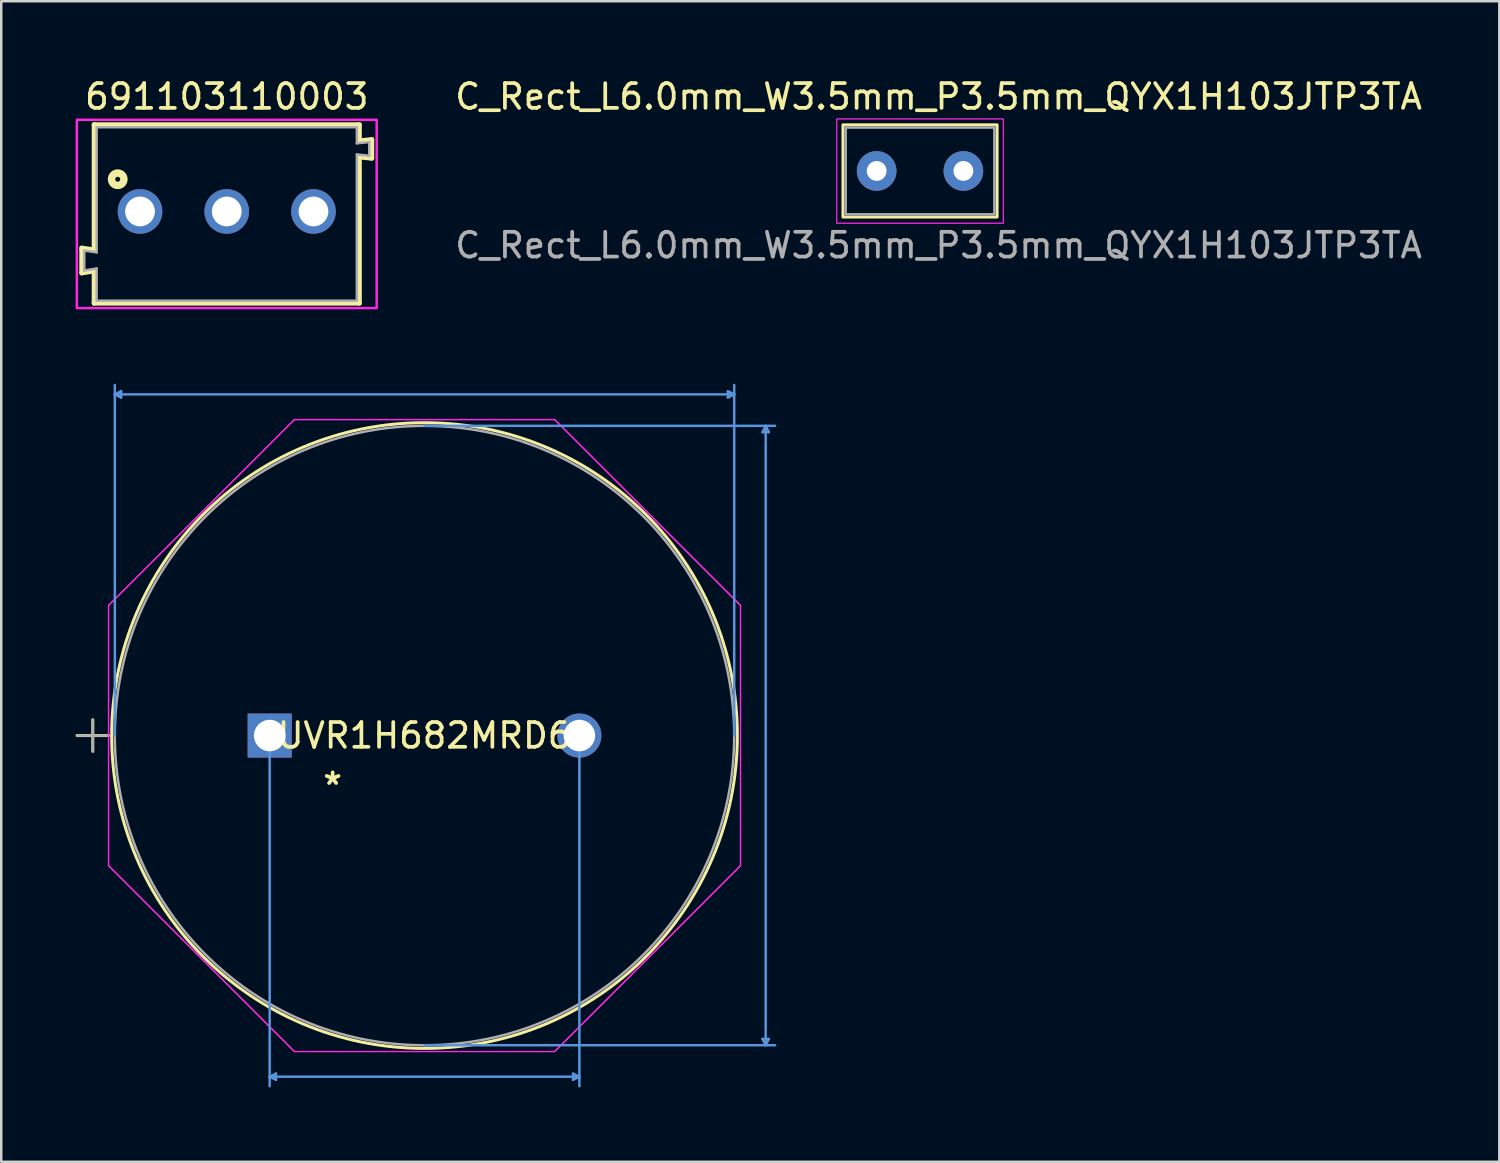
<source format=kicad_pcb>
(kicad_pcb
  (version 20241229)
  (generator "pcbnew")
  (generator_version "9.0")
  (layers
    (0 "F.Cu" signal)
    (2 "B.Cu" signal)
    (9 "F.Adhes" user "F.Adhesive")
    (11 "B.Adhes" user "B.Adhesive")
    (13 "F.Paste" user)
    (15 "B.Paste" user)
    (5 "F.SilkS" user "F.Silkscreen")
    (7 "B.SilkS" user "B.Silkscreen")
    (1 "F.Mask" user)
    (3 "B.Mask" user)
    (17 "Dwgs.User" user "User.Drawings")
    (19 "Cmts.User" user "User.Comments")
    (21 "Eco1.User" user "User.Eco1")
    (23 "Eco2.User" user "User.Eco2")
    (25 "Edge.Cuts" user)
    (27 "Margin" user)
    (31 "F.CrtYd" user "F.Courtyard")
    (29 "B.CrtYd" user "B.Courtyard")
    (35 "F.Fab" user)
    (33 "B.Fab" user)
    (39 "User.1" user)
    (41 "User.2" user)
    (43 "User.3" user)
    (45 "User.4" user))
  (footprint "691103110003"
    (layer "F.Cu")
    (at 6.1 5.483)
    (property "Reference" "691103110003" (at 0 -4.635 0) (layer "F.SilkS") (effects (font (size 1 1) (thickness 0.15))))
    (attr through_hole)
    (fp_line (start -5.85 1.48) (end -5.35 1.55) (stroke (width 0.2) (type solid)) (layer "F.SilkS"))
    (fp_line (start -5.85 2.48) (end -5.85 1.48) (stroke (width 0.2) (type solid)) (layer "F.SilkS"))
    (fp_line (start -5.35 -3.5) (end 5.35 -3.5) (stroke (width 0.2) (type solid)) (layer "F.SilkS"))
    (fp_line (start -5.35 1.55) (end -5.35 -3.5) (stroke (width 0.2) (type solid)) (layer "F.SilkS"))
    (fp_line (start -5.35 2.4) (end -5.85 2.48) (stroke (width 0.2) (type solid)) (layer "F.SilkS"))
    (fp_line (start -5.35 3.7) (end -5.35 2.4) (stroke (width 0.2) (type solid)) (layer "F.SilkS"))
    (fp_line (start 5.35 -3.5) (end 5.35 -2.85) (stroke (width 0.2) (type solid)) (layer "F.SilkS"))
    (fp_line (start 5.35 -2.85) (end 5.85 -2.9) (stroke (width 0.2) (type solid)) (layer "F.SilkS"))
    (fp_line (start 5.35 -2.2) (end 5.35 3.7) (stroke (width 0.2) (type solid)) (layer "F.SilkS"))
    (fp_line (start 5.35 3.7) (end -5.35 3.7) (stroke (width 0.2) (type solid)) (layer "F.SilkS"))
    (fp_line (start 5.85 -2.9) (end 5.85 -2.15) (stroke (width 0.2) (type solid)) (layer "F.SilkS"))
    (fp_line (start 5.85 -2.15) (end 5.35 -2.2) (stroke (width 0.2) (type solid)) (layer "F.SilkS"))
    (fp_circle (center -4.4 -1.3) (end -4.3 -1.3) (stroke (width 0.3) (type solid)) (fill no) (layer "F.SilkS"))
    (fp_poly (pts (xy -6.05 -3.7) (xy 6.05 -3.7) (xy 6.05 3.9) (xy -6.05 3.9)) (stroke (width 0.1) (type solid)) (fill no) (layer "F.CrtYd"))
    (fp_line (start -5.75 1.58) (end -5.75 2.38) (stroke (width 0.1) (type solid)) (layer "F.Fab"))
    (fp_line (start -5.25 -3.4) (end -5.25 1.65) (stroke (width 0.1) (type solid)) (layer "F.Fab"))
    (fp_line (start -5.25 1.65) (end -5.75 1.58) (stroke (width 0.1) (type solid)) (layer "F.Fab"))
    (fp_line (start -5.25 2.3) (end -5.75 2.38) (stroke (width 0.1) (type solid)) (layer "F.Fab"))
    (fp_line (start -5.25 2.3) (end -5.25 3.6) (stroke (width 0.1) (type solid)) (layer "F.Fab"))
    (fp_line (start -5.25 3.6) (end 5.25 3.6) (stroke (width 0.1) (type solid)) (layer "F.Fab"))
    (fp_line (start 5.25 -3.4) (end -5.25 -3.4) (stroke (width 0.1) (type solid)) (layer "F.Fab"))
    (fp_line (start 5.25 -3.4) (end 5.25 -2.75) (stroke (width 0.1) (type solid)) (layer "F.Fab"))
    (fp_line (start 5.25 -2.75) (end 5.75 -2.8) (stroke (width 0.1) (type solid)) (layer "F.Fab"))
    (fp_line (start 5.25 -2.3) (end 5.25 3.6) (stroke (width 0.1) (type solid)) (layer "F.Fab"))
    (fp_line (start 5.25 -2.3) (end 5.75 -2.25) (stroke (width 0.1) (type solid)) (layer "F.Fab"))
    (fp_line (start 5.75 -2.25) (end 5.75 -2.8) (stroke (width 0.1) (type solid)) (layer "F.Fab"))
    (pad "1" thru_hole circle (at -3.5 0) (size 1.8 1.8) (drill 1.2) (layers "*.Cu" "*.Mask"))
    (pad "2" thru_hole circle (at 0 0) (size 1.8 1.8) (drill 1.2) (layers "*.Cu" "*.Mask"))
    (pad "3" thru_hole circle (at 3.5 0) (size 1.8 1.8) (drill 1.2) (layers "*.Cu" "*.Mask")))
  (footprint "C_Rect_L6.0mm_W3.5mm_P3.5mm_QYX1H103JTP3TA"
    (layer "F.Cu")
    (at 32.325 3.848)
    (property "Reference" "C_Rect_L6.0mm_W3.5mm_P3.5mm_QYX1H103JTP3TA" (at 2.5 -3 0) (unlocked yes) (layer "F.SilkS") (effects (font (size 1 1) (thickness 0.15))))
    (attr through_hole)
    (fp_rect (start -1.36 -1.86) (end 4.86 1.86) (stroke (width 0.12) (type solid)) (fill no) (layer "F.SilkS"))
    (fp_rect (start -1.61 -2.1) (end 5.11 2.11) (stroke (width 0.05) (type solid)) (fill no) (layer "F.CrtYd"))
    (fp_rect (start -1.25 -1.75) (end 4.75 1.75) (stroke (width 0.1) (type solid)) (fill no) (layer "F.Fab"))
    (fp_text user "${REFERENCE}" (at 2.5 3 0) (unlocked yes) (layer "F.Fab") (effects (font (size 1 1) (thickness 0.15))))
    (pad "1" thru_hole circle (at 0 0) (size 1.6 1.6) (drill 0.8) (layers "*.Cu" "*.Mask"))
    (pad "2" thru_hole circle (at 3.5 0) (size 1.6 1.6) (drill 0.8) (layers "*.Cu" "*.Mask")))
  (footprint "UVR1H682MRD6"
    (layer "F.Cu")
    (at 7.832 26.631)
    (property "Reference" "UVR1H682MRD6" (at 6.248 0 0) (layer "F.SilkS") (effects (font (size 1 1) (thickness 0.15))))
    (attr through_hole)
    (fp_line (start -7.772 0) (end -6.502 0) (stroke (width 0.12) (type solid)) (layer "F.SilkS"))
    (fp_line (start -7.137 -0.635) (end -7.137 0.635) (stroke (width 0.12) (type solid)) (layer "F.SilkS"))
    (fp_circle (center 6.248 0) (end 18.872 0) (stroke (width 0.12) (type solid)) (fill no) (layer "F.SilkS"))
    (fp_line (start -6.248 -13.767) (end -5.994 -13.894) (stroke (width 0.1) (type solid)) (layer "Cmts.User"))
    (fp_line (start -6.248 -13.767) (end -5.994 -13.64) (stroke (width 0.1) (type solid)) (layer "Cmts.User"))
    (fp_line (start -6.248 -13.767) (end 18.745 -13.767) (stroke (width 0.1) (type solid)) (layer "Cmts.User"))
    (fp_line (start -6.248 0) (end -6.248 -14.148) (stroke (width 0.1) (type solid)) (layer "Cmts.User"))
    (fp_line (start -5.994 -13.894) (end -5.994 -13.64) (stroke (width 0.1) (type solid)) (layer "Cmts.User"))
    (fp_line (start 0 0) (end 0 14.148) (stroke (width 0.1) (type solid)) (layer "Cmts.User"))
    (fp_line (start 0 13.767) (end 0.254 13.64) (stroke (width 0.1) (type solid)) (layer "Cmts.User"))
    (fp_line (start 0 13.767) (end 0.254 13.894) (stroke (width 0.1) (type solid)) (layer "Cmts.User"))
    (fp_line (start 0 13.767) (end 12.497 13.767) (stroke (width 0.1) (type solid)) (layer "Cmts.User"))
    (fp_line (start 0.254 13.64) (end 0.254 13.894) (stroke (width 0.1) (type solid)) (layer "Cmts.User"))
    (fp_line (start 6.248 -12.497) (end 20.396 -12.497) (stroke (width 0.1) (type solid)) (layer "Cmts.User"))
    (fp_line (start 6.248 12.497) (end 20.396 12.497) (stroke (width 0.1) (type solid)) (layer "Cmts.User"))
    (fp_line (start 12.243 13.64) (end 12.243 13.894) (stroke (width 0.1) (type solid)) (layer "Cmts.User"))
    (fp_line (start 12.497 0) (end 12.497 14.148) (stroke (width 0.1) (type solid)) (layer "Cmts.User"))
    (fp_line (start 12.497 13.767) (end 12.243 13.64) (stroke (width 0.1) (type solid)) (layer "Cmts.User"))
    (fp_line (start 12.497 13.767) (end 12.243 13.894) (stroke (width 0.1) (type solid)) (layer "Cmts.User"))
    (fp_line (start 18.491 -13.894) (end 18.491 -13.64) (stroke (width 0.1) (type solid)) (layer "Cmts.User"))
    (fp_line (start 18.745 -13.767) (end 18.491 -13.894) (stroke (width 0.1) (type solid)) (layer "Cmts.User"))
    (fp_line (start 18.745 -13.767) (end 18.491 -13.64) (stroke (width 0.1) (type solid)) (layer "Cmts.User"))
    (fp_line (start 18.745 0) (end 18.745 -14.148) (stroke (width 0.1) (type solid)) (layer "Cmts.User"))
    (fp_line (start 19.888 -12.243) (end 20.142 -12.243) (stroke (width 0.1) (type solid)) (layer "Cmts.User"))
    (fp_line (start 19.888 12.243) (end 20.142 12.243) (stroke (width 0.1) (type solid)) (layer "Cmts.User"))
    (fp_line (start 20.015 -12.497) (end 19.888 -12.243) (stroke (width 0.1) (type solid)) (layer "Cmts.User"))
    (fp_line (start 20.015 -12.497) (end 20.015 12.497) (stroke (width 0.1) (type solid)) (layer "Cmts.User"))
    (fp_line (start 20.015 -12.497) (end 20.142 -12.243) (stroke (width 0.1) (type solid)) (layer "Cmts.User"))
    (fp_line (start 20.015 12.497) (end 19.888 12.243) (stroke (width 0.1) (type solid)) (layer "Cmts.User"))
    (fp_line (start 20.015 12.497) (end 20.142 12.243) (stroke (width 0.1) (type solid)) (layer "Cmts.User"))
    (fp_line (start -6.502 -5.25) (end 0.998 -12.751) (stroke (width 0.05) (type solid)) (layer "F.CrtYd"))
    (fp_line (start -6.502 -5.25) (end 0.998 -12.751) (stroke (width 0.05) (type solid)) (layer "F.CrtYd"))
    (fp_line (start -6.502 5.25) (end -6.502 -5.25) (stroke (width 0.05) (type solid)) (layer "F.CrtYd"))
    (fp_line (start -6.502 5.25) (end -6.502 -5.25) (stroke (width 0.05) (type solid)) (layer "F.CrtYd"))
    (fp_line (start 0.998 -12.751) (end 11.499 -12.751) (stroke (width 0.05) (type solid)) (layer "F.CrtYd"))
    (fp_line (start 0.998 -12.751) (end 11.499 -12.751) (stroke (width 0.05) (type solid)) (layer "F.CrtYd"))
    (fp_line (start 0.998 12.751) (end -6.502 5.25) (stroke (width 0.05) (type solid)) (layer "F.CrtYd"))
    (fp_line (start 0.998 12.751) (end -6.502 5.25) (stroke (width 0.05) (type solid)) (layer "F.CrtYd"))
    (fp_line (start 11.499 -12.751) (end 18.999 -5.25) (stroke (width 0.05) (type solid)) (layer "F.CrtYd"))
    (fp_line (start 11.499 -12.751) (end 18.999 -5.25) (stroke (width 0.05) (type solid)) (layer "F.CrtYd"))
    (fp_line (start 11.499 12.751) (end 0.998 12.751) (stroke (width 0.05) (type solid)) (layer "F.CrtYd"))
    (fp_line (start 11.499 12.751) (end 0.998 12.751) (stroke (width 0.05) (type solid)) (layer "F.CrtYd"))
    (fp_line (start 18.999 -5.25) (end 18.999 5.25) (stroke (width 0.05) (type solid)) (layer "F.CrtYd"))
    (fp_line (start 18.999 -5.25) (end 18.999 5.25) (stroke (width 0.05) (type solid)) (layer "F.CrtYd"))
    (fp_line (start 18.999 5.25) (end 11.499 12.751) (stroke (width 0.05) (type solid)) (layer "F.CrtYd"))
    (fp_line (start 18.999 5.25) (end 11.499 12.751) (stroke (width 0.05) (type solid)) (layer "F.CrtYd"))
    (fp_line (start -7.772 0) (end -6.502 0) (stroke (width 0.1) (type solid)) (layer "F.Fab"))
    (fp_line (start -7.137 -0.635) (end -7.137 0.635) (stroke (width 0.1) (type solid)) (layer "F.Fab"))
    (fp_circle (center 6.248 0) (end 18.745 0) (stroke (width 0.1) (type solid)) (fill no) (layer "F.Fab"))
    (fp_text user "*" (at 2.54 2.032 0) (layer "F.SilkS") (effects (font (size 1 1) (thickness 0.15))))
    (fp_text user "Copyright 2021 Accelerated Designs. All rights reserved." (at 6.096 2.032 0) (layer "Cmts.User") (effects (font (size 0.127 0.127) (thickness 0.002))))
    (fp_text user "*" (at 0 0 0) (layer "F.Fab") (effects (font (size 1 1) (thickness 0.15))))
    (pad "1" thru_hole rect (at 0 0) (size 1.778 1.778) (drill 1.27) (layers "*.Cu" "*.Mask"))
    (pad "2" thru_hole circle (at 12.497 0) (size 1.778 1.778) (drill 1.27) (layers "*.Cu" "*.Mask")))
  (gr_rect
    (start -3 -3)
    (end 57.45 43.829)
    (stroke (width 0.1) (type default))
    (fill no)
    (layer "Edge.Cuts")))
</source>
